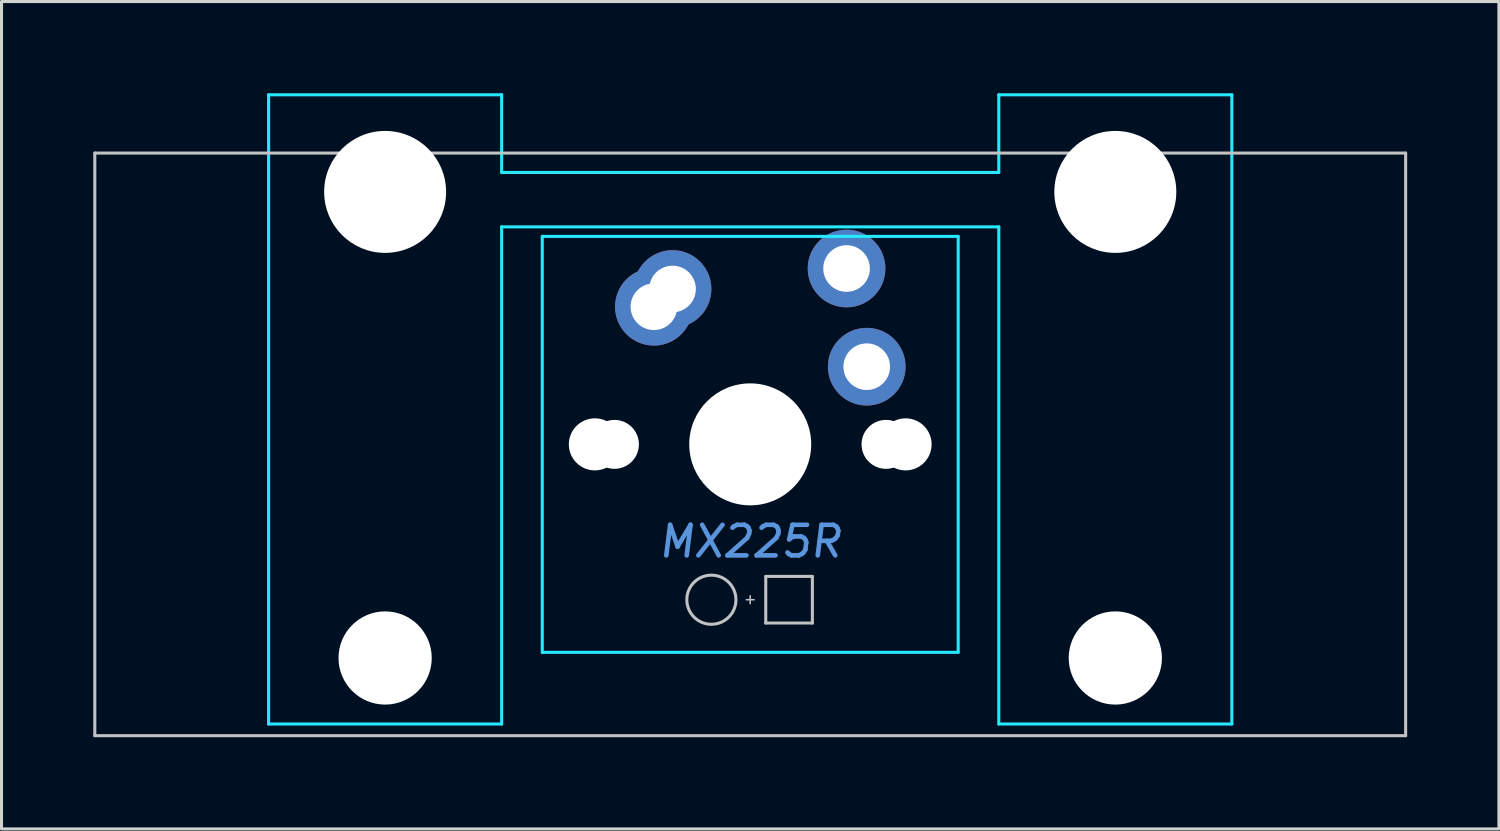
<source format=kicad_pcb>
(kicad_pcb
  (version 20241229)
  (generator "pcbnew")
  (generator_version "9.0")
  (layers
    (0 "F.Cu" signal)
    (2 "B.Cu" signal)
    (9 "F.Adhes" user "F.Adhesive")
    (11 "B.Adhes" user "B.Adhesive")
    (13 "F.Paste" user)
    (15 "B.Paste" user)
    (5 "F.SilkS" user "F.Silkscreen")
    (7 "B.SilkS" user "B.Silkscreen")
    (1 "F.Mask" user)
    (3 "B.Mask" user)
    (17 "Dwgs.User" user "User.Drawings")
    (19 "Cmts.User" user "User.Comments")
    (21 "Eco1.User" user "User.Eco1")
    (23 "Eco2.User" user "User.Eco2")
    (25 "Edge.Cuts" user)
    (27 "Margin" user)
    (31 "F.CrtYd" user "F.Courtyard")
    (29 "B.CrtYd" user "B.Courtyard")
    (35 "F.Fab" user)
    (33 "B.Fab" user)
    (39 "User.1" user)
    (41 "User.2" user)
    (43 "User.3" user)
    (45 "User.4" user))
  (footprint "MX225R"
    (layer "F.Cu")
    (at 21.481 11.48)
    (property "Reference" "MX225R" (at 0 3.175 0) (layer "Cmts.User") (effects (font (size 1 1) (thickness 0.15) (italic yes))))
    (attr through_hole)
    (fp_line (start -21.431 -9.525) (end -21.431 9.525) (stroke (width 0.1) (type solid)) (layer "Dwgs.User"))
    (fp_line (start -21.431 -9.525) (end 21.431 -9.525) (stroke (width 0.1) (type solid)) (layer "Dwgs.User"))
    (fp_line (start -21.431 9.525) (end 21.431 9.525) (stroke (width 0.1) (type solid)) (layer "Dwgs.User"))
    (fp_line (start -0.127 5.08) (end 0.127 5.08) (stroke (width 0.05) (type solid)) (layer "Dwgs.User"))
    (fp_line (start 0 5.207) (end 0 4.953) (stroke (width 0.05) (type solid)) (layer "Dwgs.User"))
    (fp_line (start 0.508 4.318) (end 0.508 5.842) (stroke (width 0.1) (type solid)) (layer "Dwgs.User"))
    (fp_line (start 0.508 4.318) (end 2.032 4.318) (stroke (width 0.1) (type solid)) (layer "Dwgs.User"))
    (fp_line (start 0.508 5.842) (end 2.032 5.842) (stroke (width 0.1) (type solid)) (layer "Dwgs.User"))
    (fp_line (start 2.032 5.842) (end 2.032 4.318) (stroke (width 0.1) (type solid)) (layer "Dwgs.User"))
    (fp_line (start 21.431 -9.525) (end 21.431 9.525) (stroke (width 0.1) (type solid)) (layer "Dwgs.User"))
    (fp_circle (center -1.27 5.08) (end -0.467 5.08) (stroke (width 0.1) (type solid)) (fill no) (layer "Dwgs.User"))
    (fp_line (start -17.17 0.889) (end -17.17 2.921) (stroke (width 0.1) (type solid)) (layer "Eco1.User"))
    (fp_line (start -16.789 3.302) (end -16.535 3.302) (stroke (width 0.1) (type solid)) (layer "Eco1.User"))
    (fp_line (start -16.535 0.508) (end -16.789 0.508) (stroke (width 0.1) (type solid)) (layer "Eco1.User"))
    (fp_line (start -16.154 -6.223) (end -16.154 0.127) (stroke (width 0.1) (type solid)) (layer "Eco1.User"))
    (fp_line (start -16.154 3.683) (end -16.154 5.309) (stroke (width 0.1) (type solid)) (layer "Eco1.User"))
    (fp_line (start -15.773 5.69) (end -9.881 5.69) (stroke (width 0.1) (type solid)) (layer "Eco1.User"))
    (fp_line (start -14.732 -6.604) (end -15.773 -6.604) (stroke (width 0.1) (type solid)) (layer "Eco1.User"))
    (fp_line (start -14.351 -7.391) (end -14.351 -6.985) (stroke (width 0.1) (type solid)) (layer "Eco1.User"))
    (fp_line (start -11.684 -7.772) (end -13.97 -7.772) (stroke (width 0.1) (type solid)) (layer "Eco1.User"))
    (fp_line (start -11.303 -6.985) (end -11.303 -7.391) (stroke (width 0.1) (type solid)) (layer "Eco1.User"))
    (fp_line (start -9.881 -6.604) (end -10.922 -6.604) (stroke (width 0.1) (type solid)) (layer "Eco1.User"))
    (fp_line (start -9.5 -6.198) (end -9.5 -6.223) (stroke (width 0.1) (type solid)) (layer "Eco1.User"))
    (fp_line (start -9.5 5.309) (end -9.5 5.258) (stroke (width 0.1) (type solid)) (layer "Eco1.User"))
    (fp_line (start -9.119 4.877) (end -7.366 4.877) (stroke (width 0.1) (type solid)) (layer "Eco1.User"))
    (fp_line (start -7.366 -5.817) (end -9.119 -5.817) (stroke (width 0.1) (type solid)) (layer "Eco1.User"))
    (fp_line (start -6.985 -6.604) (end -6.985 -6.197) (stroke (width 0.1) (type solid)) (layer "Eco1.User"))
    (fp_line (start -6.985 5.258) (end -6.985 6.604) (stroke (width 0.1) (type solid)) (layer "Eco1.User"))
    (fp_line (start -6.604 -6.985) (end 6.604 -6.985) (stroke (width 0.1) (type solid)) (layer "Eco1.User"))
    (fp_line (start -2.159 0) (end 2.159 0) (stroke (width 0.1) (type solid)) (layer "Eco1.User"))
    (fp_line (start 0 2.159) (end 0 -2.159) (stroke (width 0.1) (type solid)) (layer "Eco1.User"))
    (fp_line (start 6.604 6.985) (end -6.604 6.985) (stroke (width 0.1) (type solid)) (layer "Eco1.User"))
    (fp_line (start 6.985 -6.604) (end 6.985 -6.197) (stroke (width 0.1) (type solid)) (layer "Eco1.User"))
    (fp_line (start 6.985 5.258) (end 6.985 6.604) (stroke (width 0.1) (type solid)) (layer "Eco1.User"))
    (fp_line (start 7.366 -5.817) (end 9.119 -5.817) (stroke (width 0.1) (type solid)) (layer "Eco1.User"))
    (fp_line (start 9.119 4.877) (end 7.366 4.877) (stroke (width 0.1) (type solid)) (layer "Eco1.User"))
    (fp_line (start 9.5 -6.198) (end 9.5 -6.223) (stroke (width 0.1) (type solid)) (layer "Eco1.User"))
    (fp_line (start 9.5 5.309) (end 9.5 5.258) (stroke (width 0.1) (type solid)) (layer "Eco1.User"))
    (fp_line (start 9.881 -6.604) (end 10.922 -6.604) (stroke (width 0.1) (type solid)) (layer "Eco1.User"))
    (fp_line (start 11.303 -6.985) (end 11.303 -7.391) (stroke (width 0.1) (type solid)) (layer "Eco1.User"))
    (fp_line (start 11.684 -7.772) (end 13.97 -7.772) (stroke (width 0.1) (type solid)) (layer "Eco1.User"))
    (fp_line (start 14.351 -7.391) (end 14.351 -6.985) (stroke (width 0.1) (type solid)) (layer "Eco1.User"))
    (fp_line (start 14.732 -6.604) (end 15.773 -6.604) (stroke (width 0.1) (type solid)) (layer "Eco1.User"))
    (fp_line (start 15.773 5.69) (end 9.881 5.69) (stroke (width 0.1) (type solid)) (layer "Eco1.User"))
    (fp_line (start 16.154 -6.223) (end 16.154 0.127) (stroke (width 0.1) (type solid)) (layer "Eco1.User"))
    (fp_line (start 16.154 3.683) (end 16.154 5.309) (stroke (width 0.1) (type solid)) (layer "Eco1.User"))
    (fp_line (start 16.535 0.508) (end 16.789 0.508) (stroke (width 0.1) (type solid)) (layer "Eco1.User"))
    (fp_line (start 16.789 3.302) (end 16.535 3.302) (stroke (width 0.1) (type solid)) (layer "Eco1.User"))
    (fp_line (start 17.17 0.889) (end 17.17 2.921) (stroke (width 0.1) (type solid)) (layer "Eco1.User"))
    (fp_arc (start -17.1704 0.889) (mid -17.058808 0.619592) (end -16.7894 0.508) (stroke (width 0.1) (type solid)) (layer "Eco1.User"))
    (fp_arc (start -16.7894 3.302) (mid -17.058808 3.190408) (end -17.1704 2.921) (stroke (width 0.1) (type solid)) (layer "Eco1.User"))
    (fp_arc (start -16.5354 3.302) (mid -16.265992 3.413592) (end -16.1544 3.683) (stroke (width 0.1) (type solid)) (layer "Eco1.User"))
    (fp_arc (start -16.1544 -6.223) (mid -16.042808 -6.492408) (end -15.7734 -6.604) (stroke (width 0.1) (type solid)) (layer "Eco1.User"))
    (fp_arc (start -16.1544 0.127) (mid -16.265992 0.396408) (end -16.5354 0.508) (stroke (width 0.1) (type solid)) (layer "Eco1.User"))
    (fp_arc (start -15.7734 5.6896) (mid -16.042808 5.578008) (end -16.1544 5.3086) (stroke (width 0.1) (type solid)) (layer "Eco1.User"))
    (fp_arc (start -14.351 -7.3914) (mid -14.239408 -7.660808) (end -13.97 -7.7724) (stroke (width 0.1) (type solid)) (layer "Eco1.User"))
    (fp_arc (start -14.351 -6.985) (mid -14.462592 -6.715592) (end -14.732 -6.604) (stroke (width 0.1) (type solid)) (layer "Eco1.User"))
    (fp_arc (start -11.684 -7.7724) (mid -11.414592 -7.660808) (end -11.303 -7.3914) (stroke (width 0.1) (type solid)) (layer "Eco1.User"))
    (fp_arc (start -10.922 -6.604) (mid -11.191408 -6.715592) (end -11.303 -6.985) (stroke (width 0.1) (type solid)) (layer "Eco1.User"))
    (fp_arc (start -9.8806 -6.604) (mid -9.611192 -6.492408) (end -9.4996 -6.223) (stroke (width 0.1) (type solid)) (layer "Eco1.User"))
    (fp_arc (start -9.4996 5.2578) (mid -9.388008 4.988392) (end -9.1186 4.8768) (stroke (width 0.1) (type solid)) (layer "Eco1.User"))
    (fp_arc (start -9.4996 5.3086) (mid -9.611192 5.578008) (end -9.8806 5.6896) (stroke (width 0.1) (type solid)) (layer "Eco1.User"))
    (fp_arc (start -9.1186 -5.8166) (mid -9.388008 -5.928192) (end -9.4996 -6.1976) (stroke (width 0.1) (type solid)) (layer "Eco1.User"))
    (fp_arc (start -7.366 4.8768) (mid -7.096592 4.988392) (end -6.985 5.2578) (stroke (width 0.1) (type solid)) (layer "Eco1.User"))
    (fp_arc (start -6.985 -6.604) (mid -6.873408 -6.873408) (end -6.604 -6.985) (stroke (width 0.1) (type solid)) (layer "Eco1.User"))
    (fp_arc (start -6.985 -6.1976) (mid -7.096592 -5.928192) (end -7.366 -5.8166) (stroke (width 0.1) (type solid)) (layer "Eco1.User"))
    (fp_arc (start -6.604 6.985) (mid -6.873408 6.873408) (end -6.985 6.604) (stroke (width 0.1) (type solid)) (layer "Eco1.User"))
    (fp_arc (start 6.604 -6.985) (mid 6.873408 -6.873408) (end 6.985 -6.604) (stroke (width 0.1) (type solid)) (layer "Eco1.User"))
    (fp_arc (start 6.985 5.2578) (mid 7.096592 4.988392) (end 7.366 4.8768) (stroke (width 0.1) (type solid)) (layer "Eco1.User"))
    (fp_arc (start 6.985 6.604) (mid 6.873408 6.873408) (end 6.604 6.985) (stroke (width 0.1) (type solid)) (layer "Eco1.User"))
    (fp_arc (start 7.366 -5.8166) (mid 7.096592 -5.928192) (end 6.985 -6.1976) (stroke (width 0.1) (type solid)) (layer "Eco1.User"))
    (fp_arc (start 9.1186 4.8768) (mid 9.388008 4.988392) (end 9.4996 5.2578) (stroke (width 0.1) (type solid)) (layer "Eco1.User"))
    (fp_arc (start 9.4996 -6.223) (mid 9.611192 -6.492408) (end 9.8806 -6.604) (stroke (width 0.1) (type solid)) (layer "Eco1.User"))
    (fp_arc (start 9.4996 -6.1976) (mid 9.388008 -5.928192) (end 9.1186 -5.8166) (stroke (width 0.1) (type solid)) (layer "Eco1.User"))
    (fp_arc (start 9.8806 5.6896) (mid 9.611192 5.578008) (end 9.4996 5.3086) (stroke (width 0.1) (type solid)) (layer "Eco1.User"))
    (fp_arc (start 11.303 -7.3914) (mid 11.414592 -7.660808) (end 11.684 -7.7724) (stroke (width 0.1) (type solid)) (layer "Eco1.User"))
    (fp_arc (start 11.303 -6.985) (mid 11.191408 -6.715592) (end 10.922 -6.604) (stroke (width 0.1) (type solid)) (layer "Eco1.User"))
    (fp_arc (start 13.97 -7.7724) (mid 14.239408 -7.660808) (end 14.351 -7.3914) (stroke (width 0.1) (type solid)) (layer "Eco1.User"))
    (fp_arc (start 14.732 -6.604) (mid 14.462592 -6.715592) (end 14.351 -6.985) (stroke (width 0.1) (type solid)) (layer "Eco1.User"))
    (fp_arc (start 15.7734 -6.604) (mid 16.042808 -6.492408) (end 16.1544 -6.223) (stroke (width 0.1) (type solid)) (layer "Eco1.User"))
    (fp_arc (start 16.1544 3.683) (mid 16.265992 3.413592) (end 16.5354 3.302) (stroke (width 0.1) (type solid)) (layer "Eco1.User"))
    (fp_arc (start 16.1544 5.3086) (mid 16.042808 5.578008) (end 15.7734 5.6896) (stroke (width 0.1) (type solid)) (layer "Eco1.User"))
    (fp_arc (start 16.5354 0.508) (mid 16.265992 0.396408) (end 16.1544 0.127) (stroke (width 0.1) (type solid)) (layer "Eco1.User"))
    (fp_arc (start 16.7894 0.508) (mid 17.058808 0.619592) (end 17.1704 0.889) (stroke (width 0.1) (type solid)) (layer "Eco1.User"))
    (fp_arc (start 17.1704 2.921) (mid 17.058808 3.190408) (end 16.7894 3.302) (stroke (width 0.1) (type solid)) (layer "Eco1.User"))
    (fp_circle (center 0 0) (end -1.994 0) (stroke (width 0.1) (type solid)) (fill no) (layer "Eco1.User"))
    (fp_line (start -15.748 -11.43) (end -8.128 -11.43) (stroke (width 0.1) (type solid)) (layer "B.CrtYd"))
    (fp_line (start -15.748 9.144) (end -15.748 -11.43) (stroke (width 0.1) (type solid)) (layer "B.CrtYd"))
    (fp_line (start -8.128 -11.43) (end -8.128 -8.89) (stroke (width 0.1) (type solid)) (layer "B.CrtYd"))
    (fp_line (start -8.128 9.144) (end -15.748 9.144) (stroke (width 0.1) (type solid)) (layer "B.CrtYd"))
    (fp_line (start -8.128 9.144) (end -8.128 -7.112) (stroke (width 0.1) (type solid)) (layer "B.CrtYd"))
    (fp_line (start -6.8 6.8) (end -6.8 -6.8) (stroke (width 0.1) (type solid)) (layer "B.CrtYd"))
    (fp_line (start 6.8 -6.8) (end -6.8 -6.8) (stroke (width 0.1) (type solid)) (layer "B.CrtYd"))
    (fp_line (start 6.8 6.8) (end -6.8 6.8) (stroke (width 0.1) (type solid)) (layer "B.CrtYd"))
    (fp_line (start 6.8 6.8) (end 6.8 -6.8) (stroke (width 0.1) (type solid)) (layer "B.CrtYd"))
    (fp_line (start 8.128 -11.43) (end 8.128 -8.89) (stroke (width 0.1) (type solid)) (layer "B.CrtYd"))
    (fp_line (start 8.128 -11.43) (end 15.748 -11.43) (stroke (width 0.1) (type solid)) (layer "B.CrtYd"))
    (fp_line (start 8.128 -8.89) (end -8.128 -8.89) (stroke (width 0.1) (type solid)) (layer "B.CrtYd"))
    (fp_line (start 8.128 -7.112) (end -8.128 -7.112) (stroke (width 0.1) (type solid)) (layer "B.CrtYd"))
    (fp_line (start 8.128 9.144) (end 8.128 -7.112) (stroke (width 0.1) (type solid)) (layer "B.CrtYd"))
    (fp_line (start 15.748 -11.43) (end 15.748 9.144) (stroke (width 0.1) (type solid)) (layer "B.CrtYd"))
    (fp_line (start 15.748 9.144) (end 8.128 9.144) (stroke (width 0.1) (type solid)) (layer "B.CrtYd"))
    (pad "" np_thru_hole circle (at -11.938 -8.255 180) (size 3.988 3.988) (drill 3.988) (layers "*.Cu" "*.Mask"))
    (pad "" np_thru_hole circle (at -11.938 6.985 180) (size 3.048 3.048) (drill 3.048) (layers "*.Cu" "*.Mask"))
    (pad "" np_thru_hole circle (at -5.08 0) (size 1.702 1.702) (drill 1.702) (layers "*.Cu" "*.Mask"))
    (pad "" np_thru_hole circle (at -4.44 0) (size 1.6 1.6) (drill 1.6) (layers "*.Cu" "*.Mask"))
    (pad "" np_thru_hole circle (at 0 0) (size 3.988 3.988) (drill 3.988) (layers "*.Cu" "*.Mask"))
    (pad "" np_thru_hole circle (at 4.44 0) (size 1.6 1.6) (drill 1.6) (layers "*.Cu" "*.Mask"))
    (pad "" np_thru_hole circle (at 5.08 0) (size 1.702 1.702) (drill 1.702) (layers "*.Cu" "*.Mask"))
    (pad "" np_thru_hole circle (at 11.938 -8.255 180) (size 3.988 3.988) (drill 3.988) (layers "*.Cu" "*.Mask"))
    (pad "" np_thru_hole circle (at 11.938 6.985 180) (size 3.048 3.048) (drill 3.048) (layers "*.Cu" "*.Mask"))
    (pad "1" thru_hole circle (at -3.15 -4.5) (size 2.54 2.54) (drill 1.524) (layers "*.Cu" "*.Mask"))
    (pad "1" thru_hole circle (at -2.54 -5.08) (size 2.54 2.54) (drill 1.524) (layers "*.Cu" "*.Mask"))
    (pad "2" thru_hole circle (at 3.15 -5.75) (size 2.54 2.54) (drill 1.524) (layers "*.Cu" "*.Mask"))
    (pad "2" thru_hole circle (at 3.81 -2.54) (size 2.54 2.54) (drill 1.524) (layers "*.Cu" "*.Mask")))
  (gr_rect
    (start -3 -3)
    (end 45.962 24.055)
    (stroke (width 0.1) (type default))
    (fill no)
    (layer "Edge.Cuts")))
</source>
